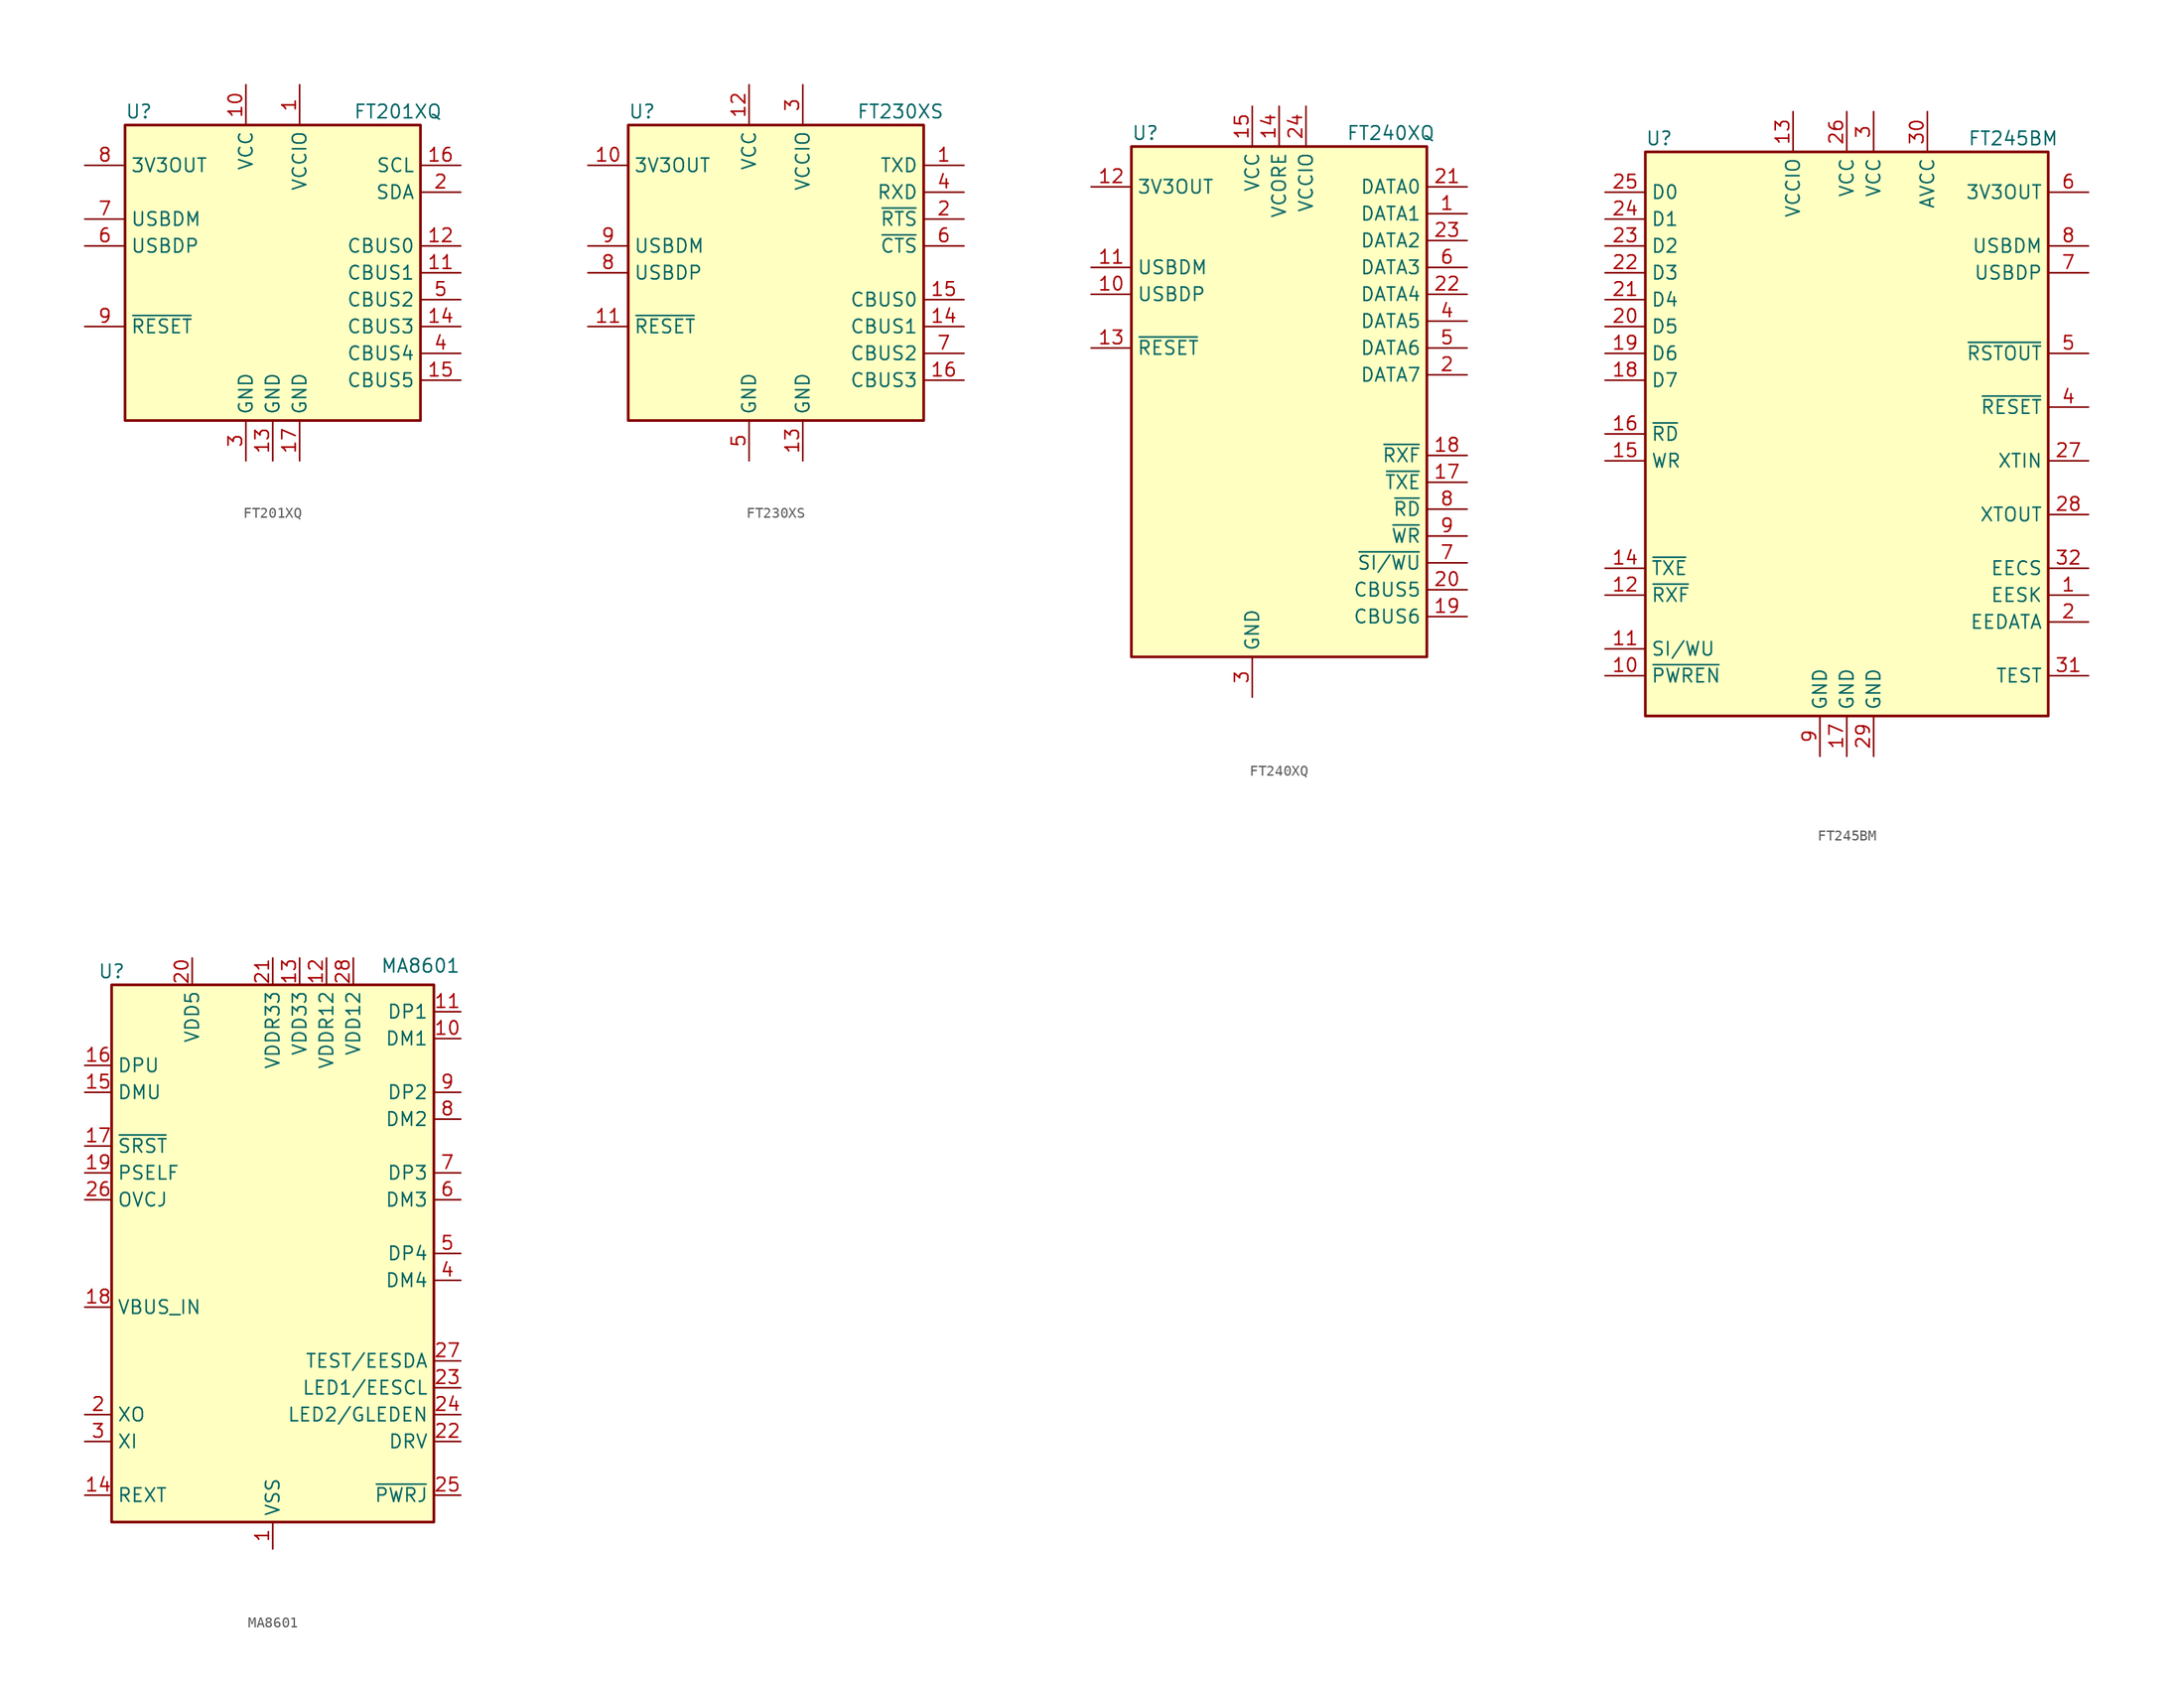
<source format=kicad_sym>
(kicad_symbol_lib
  (version 20211014)
  (generator kicad_symbol_editor)
  (symbol "FT201XQ"
    (property "Reference" "U"
      (at -13.97 15.24 0)
      (effects (font (size 1.27 1.27)) (justify left)))
    (property "Value" "FT201XQ"
      (at 7.62 15.24 0)
      (effects (font (size 1.27 1.27)) (justify left)))
    (symbol "FT201XQ_0_1"
      (rectangle (start -13.97 13.97) (end 13.97 -13.97) (stroke (width 0.254) (type default) (color 0 0 0 0)) (fill (type background))))
    (symbol "FT201XQ_1_1"
      (pin power_in line (at 2.54 17.78 270) (length 3.81) (name "VCCIO" (effects (font (size 1.27 1.27)))) (number "1" (effects (font (size 1.27 1.27)))))
      (pin power_in line (at -2.54 17.78 270) (length 3.81) (name "VCC" (effects (font (size 1.27 1.27)))) (number "10" (effects (font (size 1.27 1.27)))))
      (pin bidirectional line (at 17.78 0 180) (length 3.81) (name "CBUS1" (effects (font (size 1.27 1.27)))) (number "11" (effects (font (size 1.27 1.27)))))
      (pin bidirectional line (at 17.78 2.54 180) (length 3.81) (name "CBUS0" (effects (font (size 1.27 1.27)))) (number "12" (effects (font (size 1.27 1.27)))))
      (pin power_in line (at 0 -17.78 90) (length 3.81) (name "GND" (effects (font (size 1.27 1.27)))) (number "13" (effects (font (size 1.27 1.27)))))
      (pin bidirectional line (at 17.78 -5.08 180) (length 3.81) (name "CBUS3" (effects (font (size 1.27 1.27)))) (number "14" (effects (font (size 1.27 1.27)))))
      (pin bidirectional line (at 17.78 -10.16 180) (length 3.81) (name "CBUS5" (effects (font (size 1.27 1.27)))) (number "15" (effects (font (size 1.27 1.27)))))
      (pin input line (at 17.78 10.16 180) (length 3.81) (name "SCL" (effects (font (size 1.27 1.27)))) (number "16" (effects (font (size 1.27 1.27)))))
      (pin power_in line (at 2.54 -17.78 90) (length 3.81) (name "GND" (effects (font (size 1.27 1.27)))) (number "17" (effects (font (size 1.27 1.27)))))
      (pin bidirectional line (at 17.78 7.62 180) (length 3.81) (name "SDA" (effects (font (size 1.27 1.27)))) (number "2" (effects (font (size 1.27 1.27)))))
      (pin power_in line (at -2.54 -17.78 90) (length 3.81) (name "GND" (effects (font (size 1.27 1.27)))) (number "3" (effects (font (size 1.27 1.27)))))
      (pin bidirectional line (at 17.78 -7.62 180) (length 3.81) (name "CBUS4" (effects (font (size 1.27 1.27)))) (number "4" (effects (font (size 1.27 1.27)))))
      (pin bidirectional line (at 17.78 -2.54 180) (length 3.81) (name "CBUS2" (effects (font (size 1.27 1.27)))) (number "5" (effects (font (size 1.27 1.27)))))
      (pin bidirectional line (at -17.78 2.54 0) (length 3.81) (name "USBDP" (effects (font (size 1.27 1.27)))) (number "6" (effects (font (size 1.27 1.27)))))
      (pin bidirectional line (at -17.78 5.08 0) (length 3.81) (name "USBDM" (effects (font (size 1.27 1.27)))) (number "7" (effects (font (size 1.27 1.27)))))
      (pin power_out line (at -17.78 10.16 0) (length 3.81) (name "3V3OUT" (effects (font (size 1.27 1.27)))) (number "8" (effects (font (size 1.27 1.27)))))
      (pin input line (at -17.78 -5.08 0) (length 3.81) (name "~{RESET}" (effects (font (size 1.27 1.27)))) (number "9" (effects (font (size 1.27 1.27)))))))
  (symbol "FT230XS"
    (property "Reference" "U"
      (at -13.97 15.24 0)
      (effects (font (size 1.27 1.27)) (justify left)))
    (property "Value" "FT230XS"
      (at 7.62 15.24 0)
      (effects (font (size 1.27 1.27)) (justify left)))
    (symbol "FT230XS_0_1"
      (rectangle (start -13.97 13.97) (end 13.97 -13.97) (stroke (width 0.254) (type default) (color 0 0 0 0)) (fill (type background))))
    (symbol "FT230XS_1_1"
      (pin output line (at 17.78 10.16 180) (length 3.81) (name "TXD" (effects (font (size 1.27 1.27)))) (number "1" (effects (font (size 1.27 1.27)))))
      (pin power_out line (at -17.78 10.16 0) (length 3.81) (name "3V3OUT" (effects (font (size 1.27 1.27)))) (number "10" (effects (font (size 1.27 1.27)))))
      (pin input line (at -17.78 -5.08 0) (length 3.81) (name "~{RESET}" (effects (font (size 1.27 1.27)))) (number "11" (effects (font (size 1.27 1.27)))))
      (pin power_in line (at -2.54 17.78 270) (length 3.81) (name "VCC" (effects (font (size 1.27 1.27)))) (number "12" (effects (font (size 1.27 1.27)))))
      (pin power_in line (at 2.54 -17.78 90) (length 3.81) (name "GND" (effects (font (size 1.27 1.27)))) (number "13" (effects (font (size 1.27 1.27)))))
      (pin bidirectional line (at 17.78 -5.08 180) (length 3.81) (name "CBUS1" (effects (font (size 1.27 1.27)))) (number "14" (effects (font (size 1.27 1.27)))))
      (pin bidirectional line (at 17.78 -2.54 180) (length 3.81) (name "CBUS0" (effects (font (size 1.27 1.27)))) (number "15" (effects (font (size 1.27 1.27)))))
      (pin bidirectional line (at 17.78 -10.16 180) (length 3.81) (name "CBUS3" (effects (font (size 1.27 1.27)))) (number "16" (effects (font (size 1.27 1.27)))))
      (pin output line (at 17.78 5.08 180) (length 3.81) (name "~{RTS}" (effects (font (size 1.27 1.27)))) (number "2" (effects (font (size 1.27 1.27)))))
      (pin power_in line (at 2.54 17.78 270) (length 3.81) (name "VCCIO" (effects (font (size 1.27 1.27)))) (number "3" (effects (font (size 1.27 1.27)))))
      (pin input line (at 17.78 7.62 180) (length 3.81) (name "RXD" (effects (font (size 1.27 1.27)))) (number "4" (effects (font (size 1.27 1.27)))))
      (pin power_in line (at -2.54 -17.78 90) (length 3.81) (name "GND" (effects (font (size 1.27 1.27)))) (number "5" (effects (font (size 1.27 1.27)))))
      (pin input line (at 17.78 2.54 180) (length 3.81) (name "~{CTS}" (effects (font (size 1.27 1.27)))) (number "6" (effects (font (size 1.27 1.27)))))
      (pin bidirectional line (at 17.78 -7.62 180) (length 3.81) (name "CBUS2" (effects (font (size 1.27 1.27)))) (number "7" (effects (font (size 1.27 1.27)))))
      (pin bidirectional line (at -17.78 0 0) (length 3.81) (name "USBDP" (effects (font (size 1.27 1.27)))) (number "8" (effects (font (size 1.27 1.27)))))
      (pin bidirectional line (at -17.78 2.54 0) (length 3.81) (name "USBDM" (effects (font (size 1.27 1.27)))) (number "9" (effects (font (size 1.27 1.27)))))))
  (symbol "FT240XQ"
    (property "Reference" "U"
      (at -13.97 25.4 0)
      (effects (font (size 1.27 1.27)) (justify left)))
    (property "Value" "FT240XQ"
      (at 6.35 25.4 0)
      (effects (font (size 1.27 1.27)) (justify left)))
    (symbol "FT240XQ_0_1"
      (rectangle (start 13.97 -24.13) (end -13.97 24.13) (stroke (width 0.254) (type default) (color 0 0 0 0)) (fill (type background))))
    (symbol "FT240XQ_1_1"
      (pin bidirectional line (at 17.78 17.78 180) (length 3.81) (name "DATA1" (effects (font (size 1.27 1.27)))) (number "1" (effects (font (size 1.27 1.27)))))
      (pin bidirectional line (at -17.78 10.16 0) (length 3.81) (name "USBDP" (effects (font (size 1.27 1.27)))) (number "10" (effects (font (size 1.27 1.27)))))
      (pin bidirectional line (at -17.78 12.7 0) (length 3.81) (name "USBDM" (effects (font (size 1.27 1.27)))) (number "11" (effects (font (size 1.27 1.27)))))
      (pin power_out line (at -17.78 20.32 0) (length 3.81) (name "3V3OUT" (effects (font (size 1.27 1.27)))) (number "12" (effects (font (size 1.27 1.27)))))
      (pin input line (at -17.78 5.08 0) (length 3.81) (name "~{RESET}" (effects (font (size 1.27 1.27)))) (number "13" (effects (font (size 1.27 1.27)))))
      (pin power_out line (at 0 27.94 270) (length 3.81) (name "VCORE" (effects (font (size 1.27 1.27)))) (number "14" (effects (font (size 1.27 1.27)))))
      (pin power_in line (at -2.54 27.94 270) (length 3.81) (name "VCC" (effects (font (size 1.27 1.27)))) (number "15" (effects (font (size 1.27 1.27)))))
      (pin passive line (at -2.54 -27.94 90) (length 3.81) hide (name "GND" (effects (font (size 1.27 1.27)))) (number "16" (effects (font (size 1.27 1.27)))))
      (pin output line (at 17.78 -7.62 180) (length 3.81) (name "~{TXE}" (effects (font (size 1.27 1.27)))) (number "17" (effects (font (size 1.27 1.27)))))
      (pin output line (at 17.78 -5.08 180) (length 3.81) (name "~{RXF}" (effects (font (size 1.27 1.27)))) (number "18" (effects (font (size 1.27 1.27)))))
      (pin bidirectional line (at 17.78 -20.32 180) (length 3.81) (name "CBUS6" (effects (font (size 1.27 1.27)))) (number "19" (effects (font (size 1.27 1.27)))))
      (pin bidirectional line (at 17.78 2.54 180) (length 3.81) (name "DATA7" (effects (font (size 1.27 1.27)))) (number "2" (effects (font (size 1.27 1.27)))))
      (pin bidirectional line (at 17.78 -17.78 180) (length 3.81) (name "CBUS5" (effects (font (size 1.27 1.27)))) (number "20" (effects (font (size 1.27 1.27)))))
      (pin bidirectional line (at 17.78 20.32 180) (length 3.81) (name "DATA0" (effects (font (size 1.27 1.27)))) (number "21" (effects (font (size 1.27 1.27)))))
      (pin bidirectional line (at 17.78 10.16 180) (length 3.81) (name "DATA4" (effects (font (size 1.27 1.27)))) (number "22" (effects (font (size 1.27 1.27)))))
      (pin bidirectional line (at 17.78 15.24 180) (length 3.81) (name "DATA2" (effects (font (size 1.27 1.27)))) (number "23" (effects (font (size 1.27 1.27)))))
      (pin power_in line (at 2.54 27.94 270) (length 3.81) (name "VCCIO" (effects (font (size 1.27 1.27)))) (number "24" (effects (font (size 1.27 1.27)))))
      (pin passive line (at -2.54 -27.94 90) (length 3.81) hide (name "GND" (effects (font (size 1.27 1.27)))) (number "25" (effects (font (size 1.27 1.27)))))
      (pin power_in line (at -2.54 -27.94 90) (length 3.81) (name "GND" (effects (font (size 1.27 1.27)))) (number "3" (effects (font (size 1.27 1.27)))))
      (pin bidirectional line (at 17.78 7.62 180) (length 3.81) (name "DATA5" (effects (font (size 1.27 1.27)))) (number "4" (effects (font (size 1.27 1.27)))))
      (pin bidirectional line (at 17.78 5.08 180) (length 3.81) (name "DATA6" (effects (font (size 1.27 1.27)))) (number "5" (effects (font (size 1.27 1.27)))))
      (pin bidirectional line (at 17.78 12.7 180) (length 3.81) (name "DATA3" (effects (font (size 1.27 1.27)))) (number "6" (effects (font (size 1.27 1.27)))))
      (pin input line (at 17.78 -15.24 180) (length 3.81) (name "~{SI/WU}" (effects (font (size 1.27 1.27)))) (number "7" (effects (font (size 1.27 1.27)))))
      (pin input line (at 17.78 -10.16 180) (length 3.81) (name "~{RD}" (effects (font (size 1.27 1.27)))) (number "8" (effects (font (size 1.27 1.27)))))
      (pin input line (at 17.78 -12.7 180) (length 3.81) (name "~{WR}" (effects (font (size 1.27 1.27)))) (number "9" (effects (font (size 1.27 1.27)))))))
  (symbol "FT245BM"
    (property "Reference" "U"
      (at -19.05 27.94 0)
      (effects (font (size 1.27 1.27)) (justify left)))
    (property "Value" "FT245BM"
      (at 11.43 27.94 0)
      (effects (font (size 1.27 1.27)) (justify left)))
    (symbol "FT245BM_0_1"
      (rectangle (start -19.05 26.67) (end 19.05 -26.67) (stroke (width 0.254) (type default) (color 0 0 0 0)) (fill (type background))))
    (symbol "FT245BM_1_1"
      (pin output line (at 22.86 -15.24 180) (length 3.81) (name "EESK" (effects (font (size 1.27 1.27)))) (number "1" (effects (font (size 1.27 1.27)))))
      (pin output line (at -22.86 -22.86 0) (length 3.81) (name "~{PWREN}" (effects (font (size 1.27 1.27)))) (number "10" (effects (font (size 1.27 1.27)))))
      (pin input line (at -22.86 -20.32 0) (length 3.81) (name "SI/WU" (effects (font (size 1.27 1.27)))) (number "11" (effects (font (size 1.27 1.27)))))
      (pin output line (at -22.86 -15.24 0) (length 3.81) (name "~{RXF}" (effects (font (size 1.27 1.27)))) (number "12" (effects (font (size 1.27 1.27)))))
      (pin power_in line (at -5.08 30.48 270) (length 3.81) (name "VCCIO" (effects (font (size 1.27 1.27)))) (number "13" (effects (font (size 1.27 1.27)))))
      (pin output line (at -22.86 -12.7 0) (length 3.81) (name "~{TXE}" (effects (font (size 1.27 1.27)))) (number "14" (effects (font (size 1.27 1.27)))))
      (pin input line (at -22.86 -2.54 0) (length 3.81) (name "WR" (effects (font (size 1.27 1.27)))) (number "15" (effects (font (size 1.27 1.27)))))
      (pin input line (at -22.86 0 0) (length 3.81) (name "~{RD}" (effects (font (size 1.27 1.27)))) (number "16" (effects (font (size 1.27 1.27)))))
      (pin power_in line (at 0 -30.48 90) (length 3.81) (name "GND" (effects (font (size 1.27 1.27)))) (number "17" (effects (font (size 1.27 1.27)))))
      (pin bidirectional line (at -22.86 5.08 0) (length 3.81) (name "D7" (effects (font (size 1.27 1.27)))) (number "18" (effects (font (size 1.27 1.27)))))
      (pin bidirectional line (at -22.86 7.62 0) (length 3.81) (name "D6" (effects (font (size 1.27 1.27)))) (number "19" (effects (font (size 1.27 1.27)))))
      (pin bidirectional line (at 22.86 -17.78 180) (length 3.81) (name "EEDATA" (effects (font (size 1.27 1.27)))) (number "2" (effects (font (size 1.27 1.27)))))
      (pin bidirectional line (at -22.86 10.16 0) (length 3.81) (name "D5" (effects (font (size 1.27 1.27)))) (number "20" (effects (font (size 1.27 1.27)))))
      (pin bidirectional line (at -22.86 12.7 0) (length 3.81) (name "D4" (effects (font (size 1.27 1.27)))) (number "21" (effects (font (size 1.27 1.27)))))
      (pin bidirectional line (at -22.86 15.24 0) (length 3.81) (name "D3" (effects (font (size 1.27 1.27)))) (number "22" (effects (font (size 1.27 1.27)))))
      (pin bidirectional line (at -22.86 17.78 0) (length 3.81) (name "D2" (effects (font (size 1.27 1.27)))) (number "23" (effects (font (size 1.27 1.27)))))
      (pin bidirectional line (at -22.86 20.32 0) (length 3.81) (name "D1" (effects (font (size 1.27 1.27)))) (number "24" (effects (font (size 1.27 1.27)))))
      (pin bidirectional line (at -22.86 22.86 0) (length 3.81) (name "D0" (effects (font (size 1.27 1.27)))) (number "25" (effects (font (size 1.27 1.27)))))
      (pin power_in line (at 0 30.48 270) (length 3.81) (name "VCC" (effects (font (size 1.27 1.27)))) (number "26" (effects (font (size 1.27 1.27)))))
      (pin input line (at 22.86 -2.54 180) (length 3.81) (name "XTIN" (effects (font (size 1.27 1.27)))) (number "27" (effects (font (size 1.27 1.27)))))
      (pin output line (at 22.86 -7.62 180) (length 3.81) (name "XTOUT" (effects (font (size 1.27 1.27)))) (number "28" (effects (font (size 1.27 1.27)))))
      (pin power_in line (at 2.54 -30.48 90) (length 3.81) (name "GND" (effects (font (size 1.27 1.27)))) (number "29" (effects (font (size 1.27 1.27)))))
      (pin power_in line (at 2.54 30.48 270) (length 3.81) (name "VCC" (effects (font (size 1.27 1.27)))) (number "3" (effects (font (size 1.27 1.27)))))
      (pin power_in line (at 7.62 30.48 270) (length 3.81) (name "AVCC" (effects (font (size 1.27 1.27)))) (number "30" (effects (font (size 1.27 1.27)))))
      (pin input line (at 22.86 -22.86 180) (length 3.81) (name "TEST" (effects (font (size 1.27 1.27)))) (number "31" (effects (font (size 1.27 1.27)))))
      (pin bidirectional line (at 22.86 -12.7 180) (length 3.81) (name "EECS" (effects (font (size 1.27 1.27)))) (number "32" (effects (font (size 1.27 1.27)))))
      (pin input line (at 22.86 2.54 180) (length 3.81) (name "~{RESET}" (effects (font (size 1.27 1.27)))) (number "4" (effects (font (size 1.27 1.27)))))
      (pin output line (at 22.86 7.62 180) (length 3.81) (name "~{RSTOUT}" (effects (font (size 1.27 1.27)))) (number "5" (effects (font (size 1.27 1.27)))))
      (pin power_out line (at 22.86 22.86 180) (length 3.81) (name "3V3OUT" (effects (font (size 1.27 1.27)))) (number "6" (effects (font (size 1.27 1.27)))))
      (pin bidirectional line (at 22.86 15.24 180) (length 3.81) (name "USBDP" (effects (font (size 1.27 1.27)))) (number "7" (effects (font (size 1.27 1.27)))))
      (pin bidirectional line (at 22.86 17.78 180) (length 3.81) (name "USBDM" (effects (font (size 1.27 1.27)))) (number "8" (effects (font (size 1.27 1.27)))))
      (pin power_in line (at -2.54 -30.48 90) (length 3.81) (name "GND" (effects (font (size 1.27 1.27)))) (number "9" (effects (font (size 1.27 1.27)))))))
  (symbol "MA8601"
    (property "Reference" "U"
      (at -15.24 26.67 0)
      (effects (font (size 1.27 1.27))))
    (property "Value" "MA8601"
      (at 13.97 27.94 0)
      (effects (font (size 1.27 1.27)) (justify top)))
    (symbol "MA8601_0_1"
      (rectangle (start -15.24 25.4) (end 15.24 -25.4) (stroke (width 0.254) (type default) (color 0 0 0 0)) (fill (type background))))
    (symbol "MA8601_1_1"
      (pin power_in line (at 0 -27.94 90) (length 2.54) (name "VSS" (effects (font (size 1.27 1.27)))) (number "1" (effects (font (size 1.27 1.27)))))
      (pin bidirectional line (at 17.78 20.32 180) (length 2.54) (name "DM1" (effects (font (size 1.27 1.27)))) (number "10" (effects (font (size 1.27 1.27)))))
      (pin bidirectional line (at 17.78 22.86 180) (length 2.54) (name "DP1" (effects (font (size 1.27 1.27)))) (number "11" (effects (font (size 1.27 1.27)))))
      (pin power_out line (at 5.08 27.94 270) (length 2.54) (name "VDDR12" (effects (font (size 1.27 1.27)))) (number "12" (effects (font (size 1.27 1.27)))))
      (pin power_in line (at 2.54 27.94 270) (length 2.54) (name "VDD33" (effects (font (size 1.27 1.27)))) (number "13" (effects (font (size 1.27 1.27)))))
      (pin passive line (at -17.78 -22.86 0) (length 2.54) (name "REXT" (effects (font (size 1.27 1.27)))) (number "14" (effects (font (size 1.27 1.27)))))
      (pin bidirectional line (at -17.78 15.24 0) (length 2.54) (name "DMU" (effects (font (size 1.27 1.27)))) (number "15" (effects (font (size 1.27 1.27)))))
      (pin bidirectional line (at -17.78 17.78 0) (length 2.54) (name "DPU" (effects (font (size 1.27 1.27)))) (number "16" (effects (font (size 1.27 1.27)))))
      (pin input line (at -17.78 10.16 0) (length 2.54) (name "~{SRST}" (effects (font (size 1.27 1.27)))) (number "17" (effects (font (size 1.27 1.27)))))
      (pin input line (at -17.78 -5.08 0) (length 2.54) (name "VBUS_IN" (effects (font (size 1.27 1.27)))) (number "18" (effects (font (size 1.27 1.27)))))
      (pin input line (at -17.78 7.62 0) (length 2.54) (name "PSELF" (effects (font (size 1.27 1.27)))) (number "19" (effects (font (size 1.27 1.27)))))
      (pin output line (at -17.78 -15.24 0) (length 2.54) (name "XO" (effects (font (size 1.27 1.27)))) (number "2" (effects (font (size 1.27 1.27)))))
      (pin power_in line (at -7.62 27.94 270) (length 2.54) (name "VDD5" (effects (font (size 1.27 1.27)))) (number "20" (effects (font (size 1.27 1.27)))))
      (pin power_out line (at 0 27.94 270) (length 2.54) (name "VDDR33" (effects (font (size 1.27 1.27)))) (number "21" (effects (font (size 1.27 1.27)))))
      (pin bidirectional line (at 17.78 -17.78 180) (length 2.54) (name "DRV" (effects (font (size 1.27 1.27)))) (number "22" (effects (font (size 1.27 1.27)))))
      (pin bidirectional line (at 17.78 -12.7 180) (length 2.54) (name "LED1/EESCL" (effects (font (size 1.27 1.27)))) (number "23" (effects (font (size 1.27 1.27)))))
      (pin bidirectional line (at 17.78 -15.24 180) (length 2.54) (name "LED2/GLEDEN" (effects (font (size 1.27 1.27)))) (number "24" (effects (font (size 1.27 1.27)))))
      (pin output line (at 17.78 -22.86 180) (length 2.54) (name "~{PWRJ}" (effects (font (size 1.27 1.27)))) (number "25" (effects (font (size 1.27 1.27)))))
      (pin input line (at -17.78 5.08 0) (length 2.54) (name "OVCJ" (effects (font (size 1.27 1.27)))) (number "26" (effects (font (size 1.27 1.27)))))
      (pin bidirectional line (at 17.78 -10.16 180) (length 2.54) (name "TEST/EESDA" (effects (font (size 1.27 1.27)))) (number "27" (effects (font (size 1.27 1.27)))))
      (pin power_in line (at 7.62 27.94 270) (length 2.54) (name "VDD12" (effects (font (size 1.27 1.27)))) (number "28" (effects (font (size 1.27 1.27)))))
      (pin input line (at -17.78 -17.78 0) (length 2.54) (name "XI" (effects (font (size 1.27 1.27)))) (number "3" (effects (font (size 1.27 1.27)))))
      (pin bidirectional line (at 17.78 -2.54 180) (length 2.54) (name "DM4" (effects (font (size 1.27 1.27)))) (number "4" (effects (font (size 1.27 1.27)))))
      (pin bidirectional line (at 17.78 0 180) (length 2.54) (name "DP4" (effects (font (size 1.27 1.27)))) (number "5" (effects (font (size 1.27 1.27)))))
      (pin bidirectional line (at 17.78 5.08 180) (length 2.54) (name "DM3" (effects (font (size 1.27 1.27)))) (number "6" (effects (font (size 1.27 1.27)))))
      (pin bidirectional line (at 17.78 7.62 180) (length 2.54) (name "DP3" (effects (font (size 1.27 1.27)))) (number "7" (effects (font (size 1.27 1.27)))))
      (pin bidirectional line (at 17.78 12.7 180) (length 2.54) (name "DM2" (effects (font (size 1.27 1.27)))) (number "8" (effects (font (size 1.27 1.27)))))
      (pin bidirectional line (at 17.78 15.24 180) (length 2.54) (name "DP2" (effects (font (size 1.27 1.27)))) (number "9" (effects (font (size 1.27 1.27))))))))
</source>
